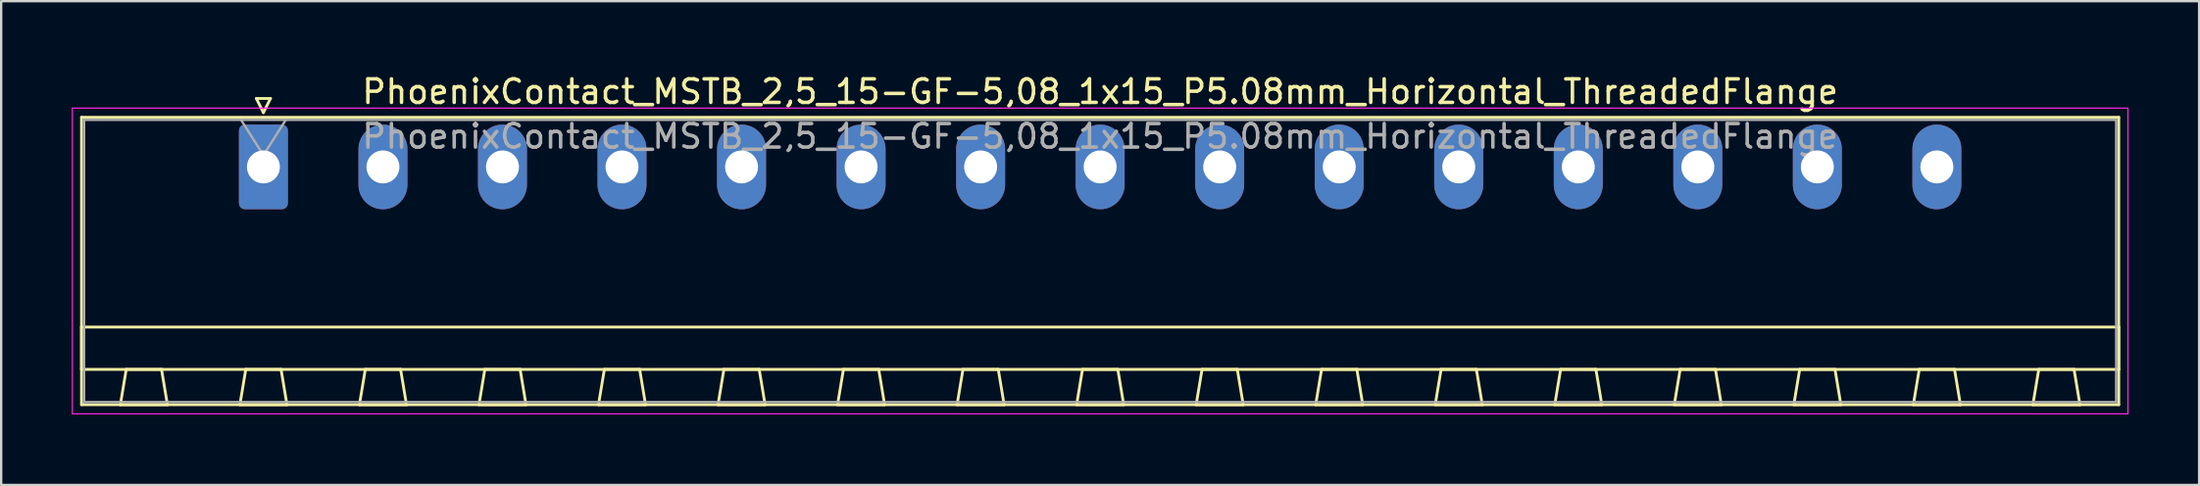
<source format=kicad_pcb>
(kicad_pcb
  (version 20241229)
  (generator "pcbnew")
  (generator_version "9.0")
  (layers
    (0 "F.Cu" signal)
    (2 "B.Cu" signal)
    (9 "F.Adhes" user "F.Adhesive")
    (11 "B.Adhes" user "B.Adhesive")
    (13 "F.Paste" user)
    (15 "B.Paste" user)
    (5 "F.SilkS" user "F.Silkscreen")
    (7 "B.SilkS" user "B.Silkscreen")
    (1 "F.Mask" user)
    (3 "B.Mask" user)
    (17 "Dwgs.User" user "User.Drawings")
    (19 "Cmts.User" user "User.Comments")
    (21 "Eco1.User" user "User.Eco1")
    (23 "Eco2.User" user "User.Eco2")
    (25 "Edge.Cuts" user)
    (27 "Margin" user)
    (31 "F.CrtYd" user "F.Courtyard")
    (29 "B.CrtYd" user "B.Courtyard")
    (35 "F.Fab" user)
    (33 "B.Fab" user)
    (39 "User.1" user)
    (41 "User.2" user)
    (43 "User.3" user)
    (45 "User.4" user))
  (footprint "PhoenixContact_MSTB_2,5_15-GF-5,08_1x15_P5.08mm_Horizontal_ThreadedFlange"
    (layer "F.Cu")
    (at 8.145 4.048)
    (property "Reference" "PhoenixContact_MSTB_2,5_15-GF-5,08_1x15_P5.08mm_Horizontal_ThreadedFlange" (at 35.56 -3.2 0) (layer "F.SilkS") (effects (font (size 1 1) (thickness 0.15))))
    (attr through_hole)
    (fp_line (start -7.73 -2.11) (end -7.73 10.11) (stroke (width 0.12) (type solid)) (layer "F.SilkS"))
    (fp_line (start -7.73 6.81) (end 78.85 6.81) (stroke (width 0.12) (type solid)) (layer "F.SilkS"))
    (fp_line (start -7.73 8.61) (end -7.73 6.81) (stroke (width 0.12) (type solid)) (layer "F.SilkS"))
    (fp_line (start -7.73 10.11) (end 78.85 10.11) (stroke (width 0.12) (type solid)) (layer "F.SilkS"))
    (fp_line (start -6.08 10.11) (end -4.08 10.11) (stroke (width 0.12) (type solid)) (layer "F.SilkS"))
    (fp_line (start -5.83 8.61) (end -6.08 10.11) (stroke (width 0.12) (type solid)) (layer "F.SilkS"))
    (fp_line (start -4.33 8.61) (end -5.83 8.61) (stroke (width 0.12) (type solid)) (layer "F.SilkS"))
    (fp_line (start -4.08 10.11) (end -4.33 8.61) (stroke (width 0.12) (type solid)) (layer "F.SilkS"))
    (fp_line (start -1 10.11) (end 1 10.11) (stroke (width 0.12) (type solid)) (layer "F.SilkS"))
    (fp_line (start -0.75 8.61) (end -1 10.11) (stroke (width 0.12) (type solid)) (layer "F.SilkS"))
    (fp_line (start -0.3 -2.91) (end 0.3 -2.91) (stroke (width 0.12) (type solid)) (layer "F.SilkS"))
    (fp_line (start 0 -2.31) (end -0.3 -2.91) (stroke (width 0.12) (type solid)) (layer "F.SilkS"))
    (fp_line (start 0.3 -2.91) (end 0 -2.31) (stroke (width 0.12) (type solid)) (layer "F.SilkS"))
    (fp_line (start 0.75 8.61) (end -0.75 8.61) (stroke (width 0.12) (type solid)) (layer "F.SilkS"))
    (fp_line (start 1 10.11) (end 0.75 8.61) (stroke (width 0.12) (type solid)) (layer "F.SilkS"))
    (fp_line (start 4.08 10.11) (end 6.08 10.11) (stroke (width 0.12) (type solid)) (layer "F.SilkS"))
    (fp_line (start 4.33 8.61) (end 4.08 10.11) (stroke (width 0.12) (type solid)) (layer "F.SilkS"))
    (fp_line (start 5.83 8.61) (end 4.33 8.61) (stroke (width 0.12) (type solid)) (layer "F.SilkS"))
    (fp_line (start 6.08 10.11) (end 5.83 8.61) (stroke (width 0.12) (type solid)) (layer "F.SilkS"))
    (fp_line (start 9.16 10.11) (end 11.16 10.11) (stroke (width 0.12) (type solid)) (layer "F.SilkS"))
    (fp_line (start 9.41 8.61) (end 9.16 10.11) (stroke (width 0.12) (type solid)) (layer "F.SilkS"))
    (fp_line (start 10.91 8.61) (end 9.41 8.61) (stroke (width 0.12) (type solid)) (layer "F.SilkS"))
    (fp_line (start 11.16 10.11) (end 10.91 8.61) (stroke (width 0.12) (type solid)) (layer "F.SilkS"))
    (fp_line (start 14.24 10.11) (end 16.24 10.11) (stroke (width 0.12) (type solid)) (layer "F.SilkS"))
    (fp_line (start 14.49 8.61) (end 14.24 10.11) (stroke (width 0.12) (type solid)) (layer "F.SilkS"))
    (fp_line (start 15.99 8.61) (end 14.49 8.61) (stroke (width 0.12) (type solid)) (layer "F.SilkS"))
    (fp_line (start 16.24 10.11) (end 15.99 8.61) (stroke (width 0.12) (type solid)) (layer "F.SilkS"))
    (fp_line (start 19.32 10.11) (end 21.32 10.11) (stroke (width 0.12) (type solid)) (layer "F.SilkS"))
    (fp_line (start 19.57 8.61) (end 19.32 10.11) (stroke (width 0.12) (type solid)) (layer "F.SilkS"))
    (fp_line (start 21.07 8.61) (end 19.57 8.61) (stroke (width 0.12) (type solid)) (layer "F.SilkS"))
    (fp_line (start 21.32 10.11) (end 21.07 8.61) (stroke (width 0.12) (type solid)) (layer "F.SilkS"))
    (fp_line (start 24.4 10.11) (end 26.4 10.11) (stroke (width 0.12) (type solid)) (layer "F.SilkS"))
    (fp_line (start 24.65 8.61) (end 24.4 10.11) (stroke (width 0.12) (type solid)) (layer "F.SilkS"))
    (fp_line (start 26.15 8.61) (end 24.65 8.61) (stroke (width 0.12) (type solid)) (layer "F.SilkS"))
    (fp_line (start 26.4 10.11) (end 26.15 8.61) (stroke (width 0.12) (type solid)) (layer "F.SilkS"))
    (fp_line (start 29.48 10.11) (end 31.48 10.11) (stroke (width 0.12) (type solid)) (layer "F.SilkS"))
    (fp_line (start 29.73 8.61) (end 29.48 10.11) (stroke (width 0.12) (type solid)) (layer "F.SilkS"))
    (fp_line (start 31.23 8.61) (end 29.73 8.61) (stroke (width 0.12) (type solid)) (layer "F.SilkS"))
    (fp_line (start 31.48 10.11) (end 31.23 8.61) (stroke (width 0.12) (type solid)) (layer "F.SilkS"))
    (fp_line (start 34.56 10.11) (end 36.56 10.11) (stroke (width 0.12) (type solid)) (layer "F.SilkS"))
    (fp_line (start 34.81 8.61) (end 34.56 10.11) (stroke (width 0.12) (type solid)) (layer "F.SilkS"))
    (fp_line (start 36.31 8.61) (end 34.81 8.61) (stroke (width 0.12) (type solid)) (layer "F.SilkS"))
    (fp_line (start 36.56 10.11) (end 36.31 8.61) (stroke (width 0.12) (type solid)) (layer "F.SilkS"))
    (fp_line (start 39.64 10.11) (end 41.64 10.11) (stroke (width 0.12) (type solid)) (layer "F.SilkS"))
    (fp_line (start 39.89 8.61) (end 39.64 10.11) (stroke (width 0.12) (type solid)) (layer "F.SilkS"))
    (fp_line (start 41.39 8.61) (end 39.89 8.61) (stroke (width 0.12) (type solid)) (layer "F.SilkS"))
    (fp_line (start 41.64 10.11) (end 41.39 8.61) (stroke (width 0.12) (type solid)) (layer "F.SilkS"))
    (fp_line (start 44.72 10.11) (end 46.72 10.11) (stroke (width 0.12) (type solid)) (layer "F.SilkS"))
    (fp_line (start 44.97 8.61) (end 44.72 10.11) (stroke (width 0.12) (type solid)) (layer "F.SilkS"))
    (fp_line (start 46.47 8.61) (end 44.97 8.61) (stroke (width 0.12) (type solid)) (layer "F.SilkS"))
    (fp_line (start 46.72 10.11) (end 46.47 8.61) (stroke (width 0.12) (type solid)) (layer "F.SilkS"))
    (fp_line (start 49.8 10.11) (end 51.8 10.11) (stroke (width 0.12) (type solid)) (layer "F.SilkS"))
    (fp_line (start 50.05 8.61) (end 49.8 10.11) (stroke (width 0.12) (type solid)) (layer "F.SilkS"))
    (fp_line (start 51.55 8.61) (end 50.05 8.61) (stroke (width 0.12) (type solid)) (layer "F.SilkS"))
    (fp_line (start 51.8 10.11) (end 51.55 8.61) (stroke (width 0.12) (type solid)) (layer "F.SilkS"))
    (fp_line (start 54.88 10.11) (end 56.88 10.11) (stroke (width 0.12) (type solid)) (layer "F.SilkS"))
    (fp_line (start 55.13 8.61) (end 54.88 10.11) (stroke (width 0.12) (type solid)) (layer "F.SilkS"))
    (fp_line (start 56.63 8.61) (end 55.13 8.61) (stroke (width 0.12) (type solid)) (layer "F.SilkS"))
    (fp_line (start 56.88 10.11) (end 56.63 8.61) (stroke (width 0.12) (type solid)) (layer "F.SilkS"))
    (fp_line (start 59.96 10.11) (end 61.96 10.11) (stroke (width 0.12) (type solid)) (layer "F.SilkS"))
    (fp_line (start 60.21 8.61) (end 59.96 10.11) (stroke (width 0.12) (type solid)) (layer "F.SilkS"))
    (fp_line (start 61.71 8.61) (end 60.21 8.61) (stroke (width 0.12) (type solid)) (layer "F.SilkS"))
    (fp_line (start 61.96 10.11) (end 61.71 8.61) (stroke (width 0.12) (type solid)) (layer "F.SilkS"))
    (fp_line (start 65.04 10.11) (end 67.04 10.11) (stroke (width 0.12) (type solid)) (layer "F.SilkS"))
    (fp_line (start 65.29 8.61) (end 65.04 10.11) (stroke (width 0.12) (type solid)) (layer "F.SilkS"))
    (fp_line (start 66.79 8.61) (end 65.29 8.61) (stroke (width 0.12) (type solid)) (layer "F.SilkS"))
    (fp_line (start 67.04 10.11) (end 66.79 8.61) (stroke (width 0.12) (type solid)) (layer "F.SilkS"))
    (fp_line (start 70.12 10.11) (end 72.12 10.11) (stroke (width 0.12) (type solid)) (layer "F.SilkS"))
    (fp_line (start 70.37 8.61) (end 70.12 10.11) (stroke (width 0.12) (type solid)) (layer "F.SilkS"))
    (fp_line (start 71.87 8.61) (end 70.37 8.61) (stroke (width 0.12) (type solid)) (layer "F.SilkS"))
    (fp_line (start 72.12 10.11) (end 71.87 8.61) (stroke (width 0.12) (type solid)) (layer "F.SilkS"))
    (fp_line (start 75.2 10.11) (end 77.2 10.11) (stroke (width 0.12) (type solid)) (layer "F.SilkS"))
    (fp_line (start 75.45 8.61) (end 75.2 10.11) (stroke (width 0.12) (type solid)) (layer "F.SilkS"))
    (fp_line (start 76.95 8.61) (end 75.45 8.61) (stroke (width 0.12) (type solid)) (layer "F.SilkS"))
    (fp_line (start 77.2 10.11) (end 76.95 8.61) (stroke (width 0.12) (type solid)) (layer "F.SilkS"))
    (fp_line (start 78.85 -2.11) (end -7.73 -2.11) (stroke (width 0.12) (type solid)) (layer "F.SilkS"))
    (fp_line (start 78.85 6.81) (end 78.85 8.61) (stroke (width 0.12) (type solid)) (layer "F.SilkS"))
    (fp_line (start 78.85 8.61) (end -7.73 8.61) (stroke (width 0.12) (type solid)) (layer "F.SilkS"))
    (fp_line (start 78.85 10.11) (end 78.85 -2.11) (stroke (width 0.12) (type solid)) (layer "F.SilkS"))
    (fp_line (start -8.12 -2.5) (end -8.12 10.5) (stroke (width 0.05) (type solid)) (layer "F.CrtYd"))
    (fp_line (start -8.12 10.5) (end 79.24 10.5) (stroke (width 0.05) (type solid)) (layer "F.CrtYd"))
    (fp_line (start 79.24 -2.5) (end -8.12 -2.5) (stroke (width 0.05) (type solid)) (layer "F.CrtYd"))
    (fp_line (start 79.24 10.5) (end 79.24 -2.5) (stroke (width 0.05) (type solid)) (layer "F.CrtYd"))
    (fp_line (start -7.62 -2) (end -7.62 10) (stroke (width 0.1) (type solid)) (layer "F.Fab"))
    (fp_line (start -7.62 10) (end 78.74 10) (stroke (width 0.1) (type solid)) (layer "F.Fab"))
    (fp_line (start 0 -0.5) (end -0.95 -2) (stroke (width 0.1) (type solid)) (layer "F.Fab"))
    (fp_line (start 0.95 -2) (end 0 -0.5) (stroke (width 0.1) (type solid)) (layer "F.Fab"))
    (fp_line (start 78.74 -2) (end -7.62 -2) (stroke (width 0.1) (type solid)) (layer "F.Fab"))
    (fp_line (start 78.74 10) (end 78.74 -2) (stroke (width 0.1) (type solid)) (layer "F.Fab"))
    (fp_text user "${REFERENCE}" (at 35.56 -1.3 0) (layer "F.Fab") (effects (font (size 1 1) (thickness 0.15))))
    (pad "1" thru_hole roundrect (at 0 0) (size 2.08 3.6) (drill 1.4) (layers "*.Cu" "*.Mask") (roundrect_rratio 0.12))
    (pad "2" thru_hole oval (at 5.08 0) (size 2.08 3.6) (drill 1.4) (layers "*.Cu" "*.Mask"))
    (pad "3" thru_hole oval (at 10.16 0) (size 2.08 3.6) (drill 1.4) (layers "*.Cu" "*.Mask"))
    (pad "4" thru_hole oval (at 15.24 0) (size 2.08 3.6) (drill 1.4) (layers "*.Cu" "*.Mask"))
    (pad "5" thru_hole oval (at 20.32 0) (size 2.08 3.6) (drill 1.4) (layers "*.Cu" "*.Mask"))
    (pad "6" thru_hole oval (at 25.4 0) (size 2.08 3.6) (drill 1.4) (layers "*.Cu" "*.Mask"))
    (pad "7" thru_hole oval (at 30.48 0) (size 2.08 3.6) (drill 1.4) (layers "*.Cu" "*.Mask"))
    (pad "8" thru_hole oval (at 35.56 0) (size 2.08 3.6) (drill 1.4) (layers "*.Cu" "*.Mask"))
    (pad "9" thru_hole oval (at 40.64 0) (size 2.08 3.6) (drill 1.4) (layers "*.Cu" "*.Mask"))
    (pad "10" thru_hole oval (at 45.72 0) (size 2.08 3.6) (drill 1.4) (layers "*.Cu" "*.Mask"))
    (pad "11" thru_hole oval (at 50.8 0) (size 2.08 3.6) (drill 1.4) (layers "*.Cu" "*.Mask"))
    (pad "12" thru_hole oval (at 55.88 0) (size 2.08 3.6) (drill 1.4) (layers "*.Cu" "*.Mask"))
    (pad "13" thru_hole oval (at 60.96 0) (size 2.08 3.6) (drill 1.4) (layers "*.Cu" "*.Mask"))
    (pad "14" thru_hole oval (at 66.04 0) (size 2.08 3.6) (drill 1.4) (layers "*.Cu" "*.Mask"))
    (pad "15" thru_hole oval (at 71.12 0) (size 2.08 3.6) (drill 1.4) (layers "*.Cu" "*.Mask")))
  (gr_rect
    (start -3 -3)
    (end 90.41 17.573)
    (stroke (width 0.1) (type default))
    (fill no)
    (layer "Edge.Cuts")))
</source>
